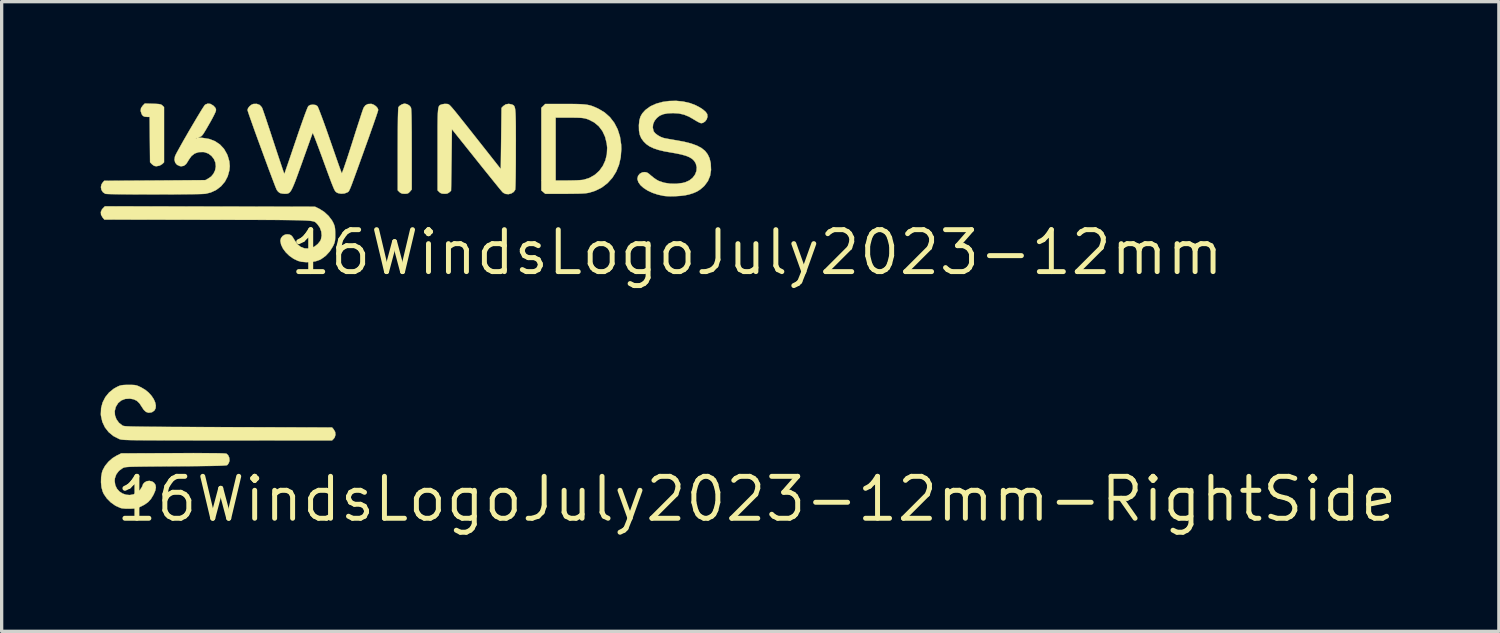
<source format=kicad_pcb>
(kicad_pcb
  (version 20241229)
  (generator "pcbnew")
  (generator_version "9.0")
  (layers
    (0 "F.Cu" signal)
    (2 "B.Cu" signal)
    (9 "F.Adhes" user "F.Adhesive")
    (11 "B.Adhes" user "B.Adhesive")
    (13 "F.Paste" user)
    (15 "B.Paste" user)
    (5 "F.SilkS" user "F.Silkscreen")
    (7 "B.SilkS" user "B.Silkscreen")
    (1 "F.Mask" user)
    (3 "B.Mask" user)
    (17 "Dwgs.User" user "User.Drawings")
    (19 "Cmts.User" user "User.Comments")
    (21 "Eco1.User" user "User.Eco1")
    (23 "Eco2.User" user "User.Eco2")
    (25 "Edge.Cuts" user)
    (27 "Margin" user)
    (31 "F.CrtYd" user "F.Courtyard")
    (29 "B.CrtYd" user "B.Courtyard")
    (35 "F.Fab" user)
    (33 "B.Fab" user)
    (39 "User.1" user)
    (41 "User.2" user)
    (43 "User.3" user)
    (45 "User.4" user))
  (footprint "16WindsLogoJuly2023-12mm-RightSide"
    (layer "F.Cu")
    (at 19.875 12.07)
    (property "Reference" "16WindsLogoJuly2023-12mm-RightSide" (at 0 0 0) (layer "F.SilkS") (effects (font (size 1.27 1.27) (thickness 0.15))))
    (attr through_hole)
    (fp_poly (pts (xy -16.816 -1.393) (xy -16.606 -1.392) (xy -16.432 -1.391) (xy -16.294 -1.389) (xy -16.189 -1.386) (xy -16.116 -1.382) (xy -16.074 -1.378) (xy -16.063 -1.375) (xy -16.012 -1.326) (xy -15.98 -1.253) (xy -15.973 -1.172) (xy -15.981 -1.132) (xy -16.006 -1.076) (xy -16.037 -1.035) (xy -16.038 -1.034) (xy -16.052 -1.028) (xy -16.081 -1.023) (xy -16.129 -1.019) (xy -16.197 -1.015) (xy -16.288 -1.011) (xy -16.405 -1.008) (xy -16.55 -1.005) (xy -16.726 -1.003) (xy -16.936 -1) (xy -17.181 -0.998) (xy -17.466 -0.996) (xy -17.598 -0.995) (xy -17.889 -0.993) (xy -18.14 -0.991) (xy -18.355 -0.989) (xy -18.537 -0.987) (xy -18.689 -0.985) (xy -18.814 -0.983) (xy -18.914 -0.981) (xy -18.994 -0.978) (xy -19.055 -0.974) (xy -19.102 -0.97) (xy -19.137 -0.965) (xy -19.162 -0.959) (xy -19.182 -0.952) (xy -19.199 -0.944) (xy -19.209 -0.939) (xy -19.323 -0.856) (xy -19.402 -0.752) (xy -19.445 -0.63) (xy -19.452 -0.55) (xy -19.434 -0.424) (xy -19.384 -0.317) (xy -19.308 -0.231) (xy -19.213 -0.169) (xy -19.105 -0.132) (xy -18.992 -0.123) (xy -18.879 -0.144) (xy -18.773 -0.197) (xy -18.681 -0.283) (xy -18.669 -0.3) (xy -18.632 -0.356) (xy -18.609 -0.402) (xy -18.605 -0.417) (xy -18.592 -0.451) (xy -18.558 -0.494) (xy -18.554 -0.498) (xy -18.483 -0.542) (xy -18.399 -0.553) (xy -18.316 -0.533) (xy -18.259 -0.495) (xy -18.215 -0.43) (xy -18.203 -0.352) (xy -18.222 -0.256) (xy -18.273 -0.138) (xy -18.28 -0.125) (xy -18.354 -0.003) (xy -18.439 0.09) (xy -18.545 0.166) (xy -18.647 0.219) (xy -18.722 0.252) (xy -18.789 0.272) (xy -18.862 0.284) (xy -18.959 0.289) (xy -18.986 0.29) (xy -19.12 0.289) (xy -19.226 0.279) (xy -19.277 0.267) (xy -19.428 0.199) (xy -19.569 0.099) (xy -19.69 -0.023) (xy -19.783 -0.159) (xy -19.814 -0.228) (xy -19.85 -0.359) (xy -19.865 -0.51) (xy -19.861 -0.665) (xy -19.836 -0.807) (xy -19.815 -0.874) (xy -19.743 -1.006) (xy -19.64 -1.132) (xy -19.516 -1.241) (xy -19.392 -1.317) (xy -19.252 -1.386) (xy -17.68 -1.392) (xy -17.351 -1.393) (xy -17.064 -1.394) (xy -16.816 -1.393)) (stroke (width 0.01) (type solid)) (fill yes) (layer "F.SilkS"))
    (fp_poly (pts (xy -18.926 -3.46) (xy -18.853 -3.456) (xy -18.795 -3.446) (xy -18.739 -3.426) (xy -18.672 -3.395) (xy -18.643 -3.381) (xy -18.523 -3.309) (xy -18.419 -3.223) (xy -18.334 -3.128) (xy -18.268 -3.029) (xy -18.225 -2.93) (xy -18.205 -2.837) (xy -18.211 -2.754) (xy -18.246 -2.686) (xy -18.31 -2.639) (xy -18.342 -2.627) (xy -18.427 -2.617) (xy -18.501 -2.642) (xy -18.569 -2.704) (xy -18.628 -2.793) (xy -18.702 -2.905) (xy -18.781 -2.979) (xy -18.874 -3.024) (xy -18.989 -3.044) (xy -18.996 -3.044) (xy -19.134 -3.035) (xy -19.252 -2.989) (xy -19.347 -2.909) (xy -19.417 -2.795) (xy -19.419 -2.789) (xy -19.45 -2.665) (xy -19.442 -2.539) (xy -19.399 -2.42) (xy -19.323 -2.314) (xy -19.219 -2.231) (xy -19.209 -2.226) (xy -19.198 -2.221) (xy -19.181 -2.217) (xy -19.157 -2.213) (xy -19.123 -2.209) (xy -19.078 -2.206) (xy -19.019 -2.203) (xy -18.945 -2.2) (xy -18.853 -2.198) (xy -18.741 -2.196) (xy -18.608 -2.194) (xy -18.45 -2.192) (xy -18.268 -2.19) (xy -18.057 -2.189) (xy -17.817 -2.187) (xy -17.545 -2.186) (xy -17.239 -2.185) (xy -16.897 -2.183) (xy -16.517 -2.182) (xy -16.098 -2.18) (xy -16.005 -2.18) (xy -12.866 -2.17) (xy -12.815 -2.11) (xy -12.772 -2.033) (xy -12.763 -1.948) (xy -12.787 -1.868) (xy -12.815 -1.83) (xy -12.867 -1.778) (xy -16.038 -1.779) (xy -16.466 -1.779) (xy -16.854 -1.779) (xy -17.204 -1.78) (xy -17.518 -1.78) (xy -17.797 -1.78) (xy -18.045 -1.781) (xy -18.263 -1.782) (xy -18.452 -1.782) (xy -18.616 -1.784) (xy -18.756 -1.785) (xy -18.875 -1.787) (xy -18.974 -1.788) (xy -19.055 -1.791) (xy -19.121 -1.793) (xy -19.173 -1.796) (xy -19.214 -1.8) (xy -19.245 -1.803) (xy -19.27 -1.808) (xy -19.289 -1.812) (xy -19.305 -1.818) (xy -19.313 -1.821) (xy -19.488 -1.91) (xy -19.632 -2.028) (xy -19.745 -2.172) (xy -19.824 -2.339) (xy -19.866 -2.526) (xy -19.87 -2.573) (xy -19.862 -2.756) (xy -19.816 -2.929) (xy -19.734 -3.09) (xy -19.62 -3.23) (xy -19.476 -3.346) (xy -19.371 -3.404) (xy -19.311 -3.431) (xy -19.255 -3.447) (xy -19.192 -3.456) (xy -19.109 -3.46) (xy -19.028 -3.461) (xy -18.926 -3.46)) (stroke (width 0.01) (type solid)) (fill yes) (layer "F.SilkS")))
  (footprint "16WindsLogoJuly2023-12mm"
    (layer "F.Cu")
    (at 19.879 4.598)
    (property "Reference" "16WindsLogoJuly2023-12mm" (at 0 0 0) (layer "F.SilkS") (effects (font (size 1.27 1.27) (thickness 0.15))))
    (attr through_hole)
    (fp_poly (pts (xy -18.299 -4.505) (xy -18.192 -4.501) (xy -18.119 -4.496) (xy -18.071 -4.487) (xy -18.038 -4.474) (xy -18.013 -4.455) (xy -18.008 -4.45) (xy -17.96 -4.402) (xy -17.96 -2.731) (xy -18.013 -2.68) (xy -18.091 -2.632) (xy -18.185 -2.613) (xy -18.238 -2.618) (xy -18.283 -2.639) (xy -18.331 -2.679) (xy -18.333 -2.68) (xy -18.383 -2.734) (xy -18.396 -4.106) (xy -18.467 -4.106) (xy -18.546 -4.113) (xy -18.598 -4.137) (xy -18.635 -4.186) (xy -18.638 -4.193) (xy -18.668 -4.287) (xy -18.657 -4.373) (xy -18.605 -4.448) (xy -18.542 -4.512) (xy -18.299 -4.505)) (stroke (width 0.01) (type solid)) (fill yes) (layer "F.SilkS"))
    (fp_poly (pts (xy -10.593 -4.491) (xy -10.525 -4.448) (xy -10.482 -4.393) (xy -10.476 -4.368) (xy -10.471 -4.318) (xy -10.467 -4.243) (xy -10.463 -4.138) (xy -10.461 -4.003) (xy -10.459 -3.834) (xy -10.457 -3.63) (xy -10.457 -3.387) (xy -10.456 -3.123) (xy -10.456 -1.908) (xy -10.511 -1.843) (xy -10.551 -1.803) (xy -10.594 -1.783) (xy -10.657 -1.778) (xy -10.671 -1.778) (xy -10.745 -1.783) (xy -10.796 -1.804) (xy -10.828 -1.83) (xy -10.88 -1.882) (xy -10.88 -3.123) (xy -10.879 -3.42) (xy -10.878 -3.679) (xy -10.876 -3.9) (xy -10.874 -4.082) (xy -10.87 -4.224) (xy -10.866 -4.326) (xy -10.862 -4.386) (xy -10.858 -4.404) (xy -10.816 -4.448) (xy -10.752 -4.487) (xy -10.685 -4.507) (xy -10.668 -4.508) (xy -10.593 -4.491)) (stroke (width 0.01) (type solid)) (fill yes) (layer "F.SilkS"))
    (fp_poly (pts (xy -5.62 -4.498) (xy -5.461 -4.496) (xy -5.331 -4.492) (xy -5.226 -4.484) (xy -5.138 -4.473) (xy -5.061 -4.457) (xy -4.989 -4.435) (xy -4.917 -4.406) (xy -4.836 -4.37) (xy -4.805 -4.355) (xy -4.614 -4.242) (xy -4.452 -4.098) (xy -4.32 -3.927) (xy -4.218 -3.73) (xy -4.148 -3.509) (xy -4.112 -3.268) (xy -4.107 -3.133) (xy -4.125 -2.885) (xy -4.178 -2.655) (xy -4.264 -2.445) (xy -4.381 -2.259) (xy -4.527 -2.099) (xy -4.7 -1.967) (xy -4.898 -1.868) (xy -5.08 -1.811) (xy -5.135 -1.801) (xy -5.204 -1.792) (xy -5.292 -1.786) (xy -5.405 -1.782) (xy -5.547 -1.78) (xy -5.725 -1.778) (xy -5.814 -1.778) (xy -6.411 -1.778) (xy -6.471 -1.829) (xy -6.53 -1.88) (xy -6.53 -4.085) (xy -6.096 -4.085) (xy -6.096 -2.18) (xy -5.727 -2.18) (xy -5.596 -2.182) (xy -5.472 -2.185) (xy -5.364 -2.191) (xy -5.282 -2.198) (xy -5.245 -2.204) (xy -5.065 -2.262) (xy -4.907 -2.354) (xy -4.773 -2.475) (xy -4.667 -2.622) (xy -4.59 -2.789) (xy -4.545 -2.974) (xy -4.535 -3.172) (xy -4.548 -3.297) (xy -4.597 -3.5) (xy -4.678 -3.675) (xy -4.789 -3.823) (xy -4.93 -3.94) (xy -5.099 -4.027) (xy -5.139 -4.041) (xy -5.19 -4.057) (xy -5.242 -4.068) (xy -5.302 -4.076) (xy -5.378 -4.081) (xy -5.479 -4.084) (xy -5.61 -4.085) (xy -5.683 -4.085) (xy -6.096 -4.085) (xy -6.53 -4.085) (xy -6.53 -4.381) (xy -6.471 -4.439) (xy -6.412 -4.498) (xy -5.815 -4.498) (xy -5.62 -4.498)) (stroke (width 0.01) (type solid)) (fill yes) (layer "F.SilkS"))
    (fp_poly (pts (xy -16.569 -1.392) (xy -13.387 -1.386) (xy -13.248 -1.318) (xy -13.107 -1.228) (xy -12.978 -1.109) (xy -12.873 -0.972) (xy -12.831 -0.894) (xy -12.805 -0.833) (xy -12.788 -0.777) (xy -12.779 -0.714) (xy -12.775 -0.63) (xy -12.774 -0.55) (xy -12.775 -0.447) (xy -12.779 -0.374) (xy -12.79 -0.316) (xy -12.808 -0.262) (xy -12.838 -0.197) (xy -12.845 -0.184) (xy -12.939 -0.032) (xy -13.061 0.1) (xy -13.2 0.201) (xy -13.244 0.224) (xy -13.362 0.265) (xy -13.503 0.288) (xy -13.652 0.294) (xy -13.794 0.282) (xy -13.9 0.255) (xy -14.036 0.19) (xy -14.162 0.102) (xy -14.27 -0.003) (xy -14.356 -0.118) (xy -14.413 -0.236) (xy -14.435 -0.35) (xy -14.435 -0.356) (xy -14.416 -0.434) (xy -14.366 -0.499) (xy -14.294 -0.54) (xy -14.235 -0.55) (xy -14.166 -0.544) (xy -14.113 -0.522) (xy -14.068 -0.475) (xy -14.02 -0.397) (xy -14.009 -0.377) (xy -13.925 -0.255) (xy -13.824 -0.171) (xy -13.709 -0.125) (xy -13.581 -0.119) (xy -13.495 -0.136) (xy -13.394 -0.183) (xy -13.302 -0.257) (xy -13.231 -0.345) (xy -13.207 -0.394) (xy -13.184 -0.51) (xy -13.196 -0.633) (xy -13.239 -0.752) (xy -13.311 -0.854) (xy -13.328 -0.872) (xy -13.343 -0.887) (xy -13.357 -0.901) (xy -13.371 -0.913) (xy -13.387 -0.924) (xy -13.408 -0.934) (xy -13.436 -0.943) (xy -13.472 -0.95) (xy -13.519 -0.957) (xy -13.578 -0.963) (xy -13.653 -0.968) (xy -13.744 -0.972) (xy -13.854 -0.976) (xy -13.985 -0.979) (xy -14.139 -0.981) (xy -14.318 -0.983) (xy -14.524 -0.985) (xy -14.759 -0.986) (xy -15.025 -0.987) (xy -15.324 -0.988) (xy -15.659 -0.988) (xy -16.031 -0.989) (xy -16.443 -0.99) (xy -16.641 -0.99) (xy -19.767 -0.996) (xy -19.821 -1.06) (xy -19.868 -1.143) (xy -19.874 -1.227) (xy -19.839 -1.306) (xy -19.813 -1.335) (xy -19.751 -1.398) (xy -16.569 -1.392)) (stroke (width 0.01) (type solid)) (fill yes) (layer "F.SilkS"))
    (fp_poly (pts (xy -7.44 -4.487) (xy -7.412 -4.478) (xy -7.388 -4.468) (xy -7.367 -4.454) (xy -7.351 -4.433) (xy -7.337 -4.401) (xy -7.326 -4.356) (xy -7.318 -4.294) (xy -7.312 -4.212) (xy -7.308 -4.106) (xy -7.305 -3.974) (xy -7.303 -3.812) (xy -7.303 -3.618) (xy -7.302 -3.387) (xy -7.303 -3.146) (xy -7.303 -2.897) (xy -7.304 -2.668) (xy -7.306 -2.463) (xy -7.308 -2.285) (xy -7.311 -2.137) (xy -7.314 -2.022) (xy -7.318 -1.942) (xy -7.322 -1.901) (xy -7.323 -1.897) (xy -7.367 -1.834) (xy -7.439 -1.788) (xy -7.525 -1.766) (xy -7.611 -1.773) (xy -7.614 -1.774) (xy -7.67 -1.801) (xy -7.699 -1.821) (xy -7.719 -1.843) (xy -7.763 -1.895) (xy -7.828 -1.974) (xy -7.912 -2.078) (xy -8.012 -2.201) (xy -8.126 -2.343) (xy -8.252 -2.499) (xy -8.387 -2.667) (xy -8.488 -2.794) (xy -9.239 -3.734) (xy -9.25 -2.804) (xy -9.253 -2.61) (xy -9.255 -2.429) (xy -9.258 -2.266) (xy -9.26 -2.126) (xy -9.262 -2.011) (xy -9.264 -1.928) (xy -9.265 -1.88) (xy -9.266 -1.869) (xy -9.323 -1.818) (xy -9.366 -1.791) (xy -9.411 -1.78) (xy -9.466 -1.778) (xy -9.541 -1.784) (xy -9.592 -1.805) (xy -9.621 -1.83) (xy -9.673 -1.882) (xy -9.673 -3.127) (xy -9.673 -3.395) (xy -9.673 -3.625) (xy -9.673 -3.818) (xy -9.671 -3.979) (xy -9.669 -4.11) (xy -9.665 -4.214) (xy -9.659 -4.296) (xy -9.652 -4.357) (xy -9.642 -4.402) (xy -9.629 -4.433) (xy -9.613 -4.453) (xy -9.594 -4.467) (xy -9.571 -4.476) (xy -9.544 -4.485) (xy -9.534 -4.488) (xy -9.461 -4.501) (xy -9.388 -4.499) (xy -9.386 -4.499) (xy -9.369 -4.496) (xy -9.355 -4.493) (xy -9.34 -4.486) (xy -9.322 -4.475) (xy -9.299 -4.455) (xy -9.271 -4.426) (xy -9.233 -4.384) (xy -9.185 -4.327) (xy -9.124 -4.253) (xy -9.049 -4.16) (xy -8.957 -4.044) (xy -8.846 -3.905) (xy -8.714 -3.738) (xy -8.56 -3.543) (xy -8.424 -3.371) (xy -7.758 -2.527) (xy -7.747 -3.452) (xy -7.736 -4.378) (xy -7.686 -4.432) (xy -7.608 -4.486) (xy -7.516 -4.502) (xy -7.44 -4.487)) (stroke (width 0.01) (type solid)) (fill yes) (layer "F.SilkS"))
    (fp_poly (pts (xy -16.554 -4.5) (xy -16.472 -4.452) (xy -16.452 -4.434) (xy -16.406 -4.383) (xy -16.387 -4.341) (xy -16.388 -4.295) (xy -16.389 -4.291) (xy -16.403 -4.252) (xy -16.435 -4.183) (xy -16.481 -4.092) (xy -16.539 -3.985) (xy -16.604 -3.871) (xy -16.605 -3.869) (xy -16.676 -3.746) (xy -16.73 -3.656) (xy -16.771 -3.591) (xy -16.803 -3.549) (xy -16.829 -3.523) (xy -16.854 -3.508) (xy -16.881 -3.5) (xy -16.887 -3.499) (xy -16.919 -3.491) (xy -16.922 -3.485) (xy -16.893 -3.479) (xy -16.828 -3.473) (xy -16.784 -3.47) (xy -16.588 -3.437) (xy -16.415 -3.37) (xy -16.266 -3.27) (xy -16.144 -3.139) (xy -16.052 -2.978) (xy -16.029 -2.921) (xy -15.983 -2.763) (xy -15.969 -2.617) (xy -15.98 -2.491) (xy -16.031 -2.307) (xy -16.116 -2.144) (xy -16.233 -2.006) (xy -16.378 -1.895) (xy -16.546 -1.817) (xy -16.701 -1.779) (xy -16.746 -1.775) (xy -16.828 -1.771) (xy -16.942 -1.768) (xy -17.084 -1.766) (xy -17.25 -1.764) (xy -17.436 -1.762) (xy -17.637 -1.76) (xy -17.849 -1.759) (xy -18.069 -1.759) (xy -18.291 -1.758) (xy -18.512 -1.759) (xy -18.727 -1.759) (xy -18.933 -1.76) (xy -19.124 -1.762) (xy -19.297 -1.763) (xy -19.448 -1.766) (xy -19.572 -1.768) (xy -19.665 -1.771) (xy -19.723 -1.775) (xy -19.74 -1.778) (xy -19.812 -1.827) (xy -19.857 -1.898) (xy -19.872 -1.981) (xy -19.854 -2.063) (xy -19.824 -2.11) (xy -19.773 -2.17) (xy -18.242 -2.18) (xy -16.711 -2.191) (xy -16.623 -2.238) (xy -16.53 -2.302) (xy -16.462 -2.386) (xy -16.413 -2.487) (xy -16.39 -2.604) (xy -16.403 -2.721) (xy -16.448 -2.83) (xy -16.521 -2.924) (xy -16.616 -2.996) (xy -16.729 -3.037) (xy -16.772 -3.043) (xy -16.911 -3.039) (xy -17.029 -2.999) (xy -17.128 -2.922) (xy -17.211 -2.807) (xy -17.23 -2.772) (xy -17.291 -2.679) (xy -17.36 -2.625) (xy -17.439 -2.611) (xy -17.481 -2.617) (xy -17.566 -2.656) (xy -17.621 -2.721) (xy -17.643 -2.806) (xy -17.629 -2.906) (xy -17.625 -2.916) (xy -17.607 -2.958) (xy -17.57 -3.03) (xy -17.517 -3.126) (xy -17.452 -3.243) (xy -17.378 -3.375) (xy -17.329 -3.461) (xy -16.997 -3.461) (xy -16.986 -3.45) (xy -16.976 -3.461) (xy -16.986 -3.471) (xy -16.997 -3.461) (xy -17.329 -3.461) (xy -17.296 -3.517) (xy -17.211 -3.666) (xy -17.124 -3.814) (xy -17.038 -3.959) (xy -16.957 -4.096) (xy -16.883 -4.218) (xy -16.819 -4.323) (xy -16.767 -4.404) (xy -16.731 -4.457) (xy -16.714 -4.477) (xy -16.636 -4.509) (xy -16.554 -4.5)) (stroke (width 0.01) (type solid)) (fill yes) (layer "F.SilkS"))
    (fp_poly (pts (xy -2.234 -4.572) (xy -2.028 -4.525) (xy -1.866 -4.464) (xy -1.743 -4.401) (xy -1.638 -4.333) (xy -1.558 -4.265) (xy -1.511 -4.202) (xy -1.505 -4.189) (xy -1.497 -4.11) (xy -1.521 -4.033) (xy -1.57 -3.968) (xy -1.635 -3.926) (xy -1.687 -3.916) (xy -1.725 -3.927) (xy -1.788 -3.957) (xy -1.862 -4) (xy -1.894 -4.02) (xy -2.056 -4.114) (xy -2.208 -4.176) (xy -2.364 -4.211) (xy -2.537 -4.222) (xy -2.54 -4.222) (xy -2.705 -4.214) (xy -2.837 -4.189) (xy -2.943 -4.144) (xy -3.03 -4.075) (xy -3.099 -3.99) (xy -3.143 -3.892) (xy -3.154 -3.784) (xy -3.131 -3.681) (xy -3.122 -3.662) (xy -3.078 -3.608) (xy -3.005 -3.552) (xy -2.917 -3.502) (xy -2.833 -3.47) (xy -2.787 -3.459) (xy -2.709 -3.444) (xy -2.608 -3.426) (xy -2.493 -3.406) (xy -2.437 -3.397) (xy -2.192 -3.351) (xy -1.986 -3.298) (xy -1.815 -3.236) (xy -1.678 -3.163) (xy -1.571 -3.077) (xy -1.492 -2.975) (xy -1.436 -2.857) (xy -1.402 -2.72) (xy -1.398 -2.693) (xy -1.389 -2.5) (xy -1.418 -2.322) (xy -1.484 -2.163) (xy -1.588 -2.022) (xy -1.625 -1.986) (xy -1.72 -1.906) (xy -1.817 -1.845) (xy -1.932 -1.796) (xy -2.056 -1.757) (xy -2.173 -1.732) (xy -2.317 -1.714) (xy -2.474 -1.704) (xy -2.629 -1.701) (xy -2.766 -1.708) (xy -2.826 -1.715) (xy -3.001 -1.753) (xy -3.163 -1.807) (xy -3.308 -1.875) (xy -3.431 -1.954) (xy -3.527 -2.04) (xy -3.591 -2.13) (xy -3.619 -2.221) (xy -3.619 -2.238) (xy -3.6 -2.319) (xy -3.548 -2.384) (xy -3.473 -2.425) (xy -3.41 -2.434) (xy -3.36 -2.43) (xy -3.315 -2.414) (xy -3.264 -2.378) (xy -3.204 -2.326) (xy -3.127 -2.263) (xy -3.044 -2.206) (xy -2.976 -2.168) (xy -2.813 -2.113) (xy -2.628 -2.084) (xy -2.436 -2.081) (xy -2.249 -2.106) (xy -2.17 -2.126) (xy -2.047 -2.181) (xy -1.947 -2.26) (xy -1.874 -2.358) (xy -1.831 -2.467) (xy -1.822 -2.581) (xy -1.851 -2.694) (xy -1.855 -2.702) (xy -1.899 -2.774) (xy -1.961 -2.835) (xy -2.044 -2.886) (xy -2.154 -2.931) (xy -2.294 -2.97) (xy -2.47 -3.006) (xy -2.593 -3.027) (xy -2.808 -3.065) (xy -2.985 -3.108) (xy -3.131 -3.157) (xy -3.251 -3.214) (xy -3.349 -3.282) (xy -3.429 -3.36) (xy -3.501 -3.458) (xy -3.547 -3.564) (xy -3.571 -3.688) (xy -3.574 -3.84) (xy -3.574 -3.861) (xy -3.559 -4.002) (xy -3.527 -4.115) (xy -3.472 -4.212) (xy -3.387 -4.306) (xy -3.364 -4.327) (xy -3.224 -4.428) (xy -3.055 -4.505) (xy -2.864 -4.559) (xy -2.659 -4.588) (xy -2.446 -4.593) (xy -2.234 -4.572)) (stroke (width 0.01) (type solid)) (fill yes) (layer "F.SilkS"))
    (fp_poly (pts (xy -11.671 -4.499) (xy -11.602 -4.473) (xy -11.538 -4.427) (xy -11.491 -4.373) (xy -11.472 -4.32) (xy -11.472 -4.319) (xy -11.479 -4.291) (xy -11.499 -4.227) (xy -11.531 -4.131) (xy -11.574 -4.007) (xy -11.625 -3.859) (xy -11.685 -3.69) (xy -11.75 -3.505) (xy -11.821 -3.307) (xy -11.852 -3.222) (xy -11.947 -2.956) (xy -12.03 -2.727) (xy -12.1 -2.532) (xy -12.16 -2.368) (xy -12.209 -2.233) (xy -12.25 -2.123) (xy -12.282 -2.036) (xy -12.309 -1.969) (xy -12.33 -1.92) (xy -12.347 -1.884) (xy -12.36 -1.86) (xy -12.372 -1.845) (xy -12.383 -1.835) (xy -12.394 -1.828) (xy -12.406 -1.822) (xy -12.412 -1.818) (xy -12.497 -1.787) (xy -12.596 -1.78) (xy -12.689 -1.798) (xy -12.722 -1.814) (xy -12.739 -1.824) (xy -12.755 -1.837) (xy -12.771 -1.854) (xy -12.787 -1.879) (xy -12.807 -1.917) (xy -12.83 -1.97) (xy -12.859 -2.041) (xy -12.896 -2.134) (xy -12.94 -2.253) (xy -12.995 -2.401) (xy -13.061 -2.581) (xy -13.14 -2.797) (xy -13.157 -2.845) (xy -13.221 -3.018) (xy -13.28 -3.177) (xy -13.333 -3.318) (xy -13.379 -3.437) (xy -13.415 -3.531) (xy -13.442 -3.593) (xy -13.455 -3.622) (xy -13.457 -3.623) (xy -13.466 -3.599) (xy -13.487 -3.539) (xy -13.52 -3.448) (xy -13.562 -3.329) (xy -13.613 -3.188) (xy -13.67 -3.027) (xy -13.733 -2.853) (xy -13.77 -2.747) (xy -13.85 -2.526) (xy -13.917 -2.341) (xy -13.973 -2.189) (xy -14.021 -2.068) (xy -14.062 -1.973) (xy -14.097 -1.901) (xy -14.129 -1.85) (xy -14.16 -1.815) (xy -14.191 -1.794) (xy -14.224 -1.783) (xy -14.261 -1.779) (xy -14.304 -1.778) (xy -14.376 -1.784) (xy -14.439 -1.798) (xy -14.456 -1.805) (xy -14.503 -1.842) (xy -14.544 -1.894) (xy -14.544 -1.894) (xy -14.559 -1.928) (xy -14.587 -1.995) (xy -14.625 -2.094) (xy -14.672 -2.218) (xy -14.727 -2.364) (xy -14.789 -2.528) (xy -14.854 -2.705) (xy -14.923 -2.892) (xy -14.993 -3.083) (xy -15.063 -3.274) (xy -15.132 -3.462) (xy -15.197 -3.641) (xy -15.257 -3.809) (xy -15.31 -3.959) (xy -15.356 -4.089) (xy -15.392 -4.193) (xy -15.417 -4.268) (xy -15.429 -4.31) (xy -15.431 -4.316) (xy -15.413 -4.372) (xy -15.367 -4.43) (xy -15.307 -4.477) (xy -15.251 -4.499) (xy -15.148 -4.501) (xy -15.062 -4.468) (xy -15 -4.401) (xy -14.986 -4.374) (xy -14.972 -4.336) (xy -14.946 -4.263) (xy -14.91 -4.158) (xy -14.865 -4.026) (xy -14.814 -3.871) (xy -14.756 -3.698) (xy -14.695 -3.511) (xy -14.635 -3.329) (xy -14.572 -3.137) (xy -14.513 -2.959) (xy -14.459 -2.797) (xy -14.412 -2.656) (xy -14.373 -2.54) (xy -14.343 -2.452) (xy -14.323 -2.397) (xy -14.315 -2.378) (xy -14.315 -2.378) (xy -14.308 -2.399) (xy -14.287 -2.456) (xy -14.257 -2.545) (xy -14.216 -2.663) (xy -14.167 -2.806) (xy -14.111 -2.97) (xy -14.05 -3.151) (xy -13.984 -3.345) (xy -13.969 -3.388) (xy -13.891 -3.619) (xy -13.819 -3.826) (xy -13.755 -4.007) (xy -13.7 -4.16) (xy -13.654 -4.282) (xy -13.619 -4.37) (xy -13.595 -4.422) (xy -13.587 -4.434) (xy -13.533 -4.467) (xy -13.452 -4.477) (xy -13.451 -4.477) (xy -13.37 -4.467) (xy -13.315 -4.434) (xy -13.315 -4.434) (xy -13.299 -4.405) (xy -13.27 -4.338) (xy -13.231 -4.237) (xy -13.181 -4.105) (xy -13.122 -3.945) (xy -13.055 -3.759) (xy -12.982 -3.551) (xy -12.933 -3.41) (xy -12.865 -3.215) (xy -12.801 -3.031) (xy -12.743 -2.864) (xy -12.691 -2.716) (xy -12.647 -2.592) (xy -12.612 -2.495) (xy -12.589 -2.43) (xy -12.577 -2.401) (xy -12.577 -2.4) (xy -12.567 -2.413) (xy -12.547 -2.464) (xy -12.515 -2.549) (xy -12.475 -2.666) (xy -12.426 -2.811) (xy -12.37 -2.981) (xy -12.308 -3.174) (xy -12.256 -3.335) (xy -12.194 -3.532) (xy -12.135 -3.718) (xy -12.079 -3.89) (xy -12.029 -4.043) (xy -11.987 -4.173) (xy -11.953 -4.275) (xy -11.928 -4.345) (xy -11.916 -4.379) (xy -11.861 -4.455) (xy -11.784 -4.496) (xy -11.687 -4.501) (xy -11.671 -4.499)) (stroke (width 0.01) (type solid)) (fill yes) (layer "F.SilkS")))
  (gr_rect
    (start -3 -3)
    (end 42.356 16.076)
    (stroke (width 0.1) (type default))
    (fill no)
    (layer "Edge.Cuts")))
</source>
